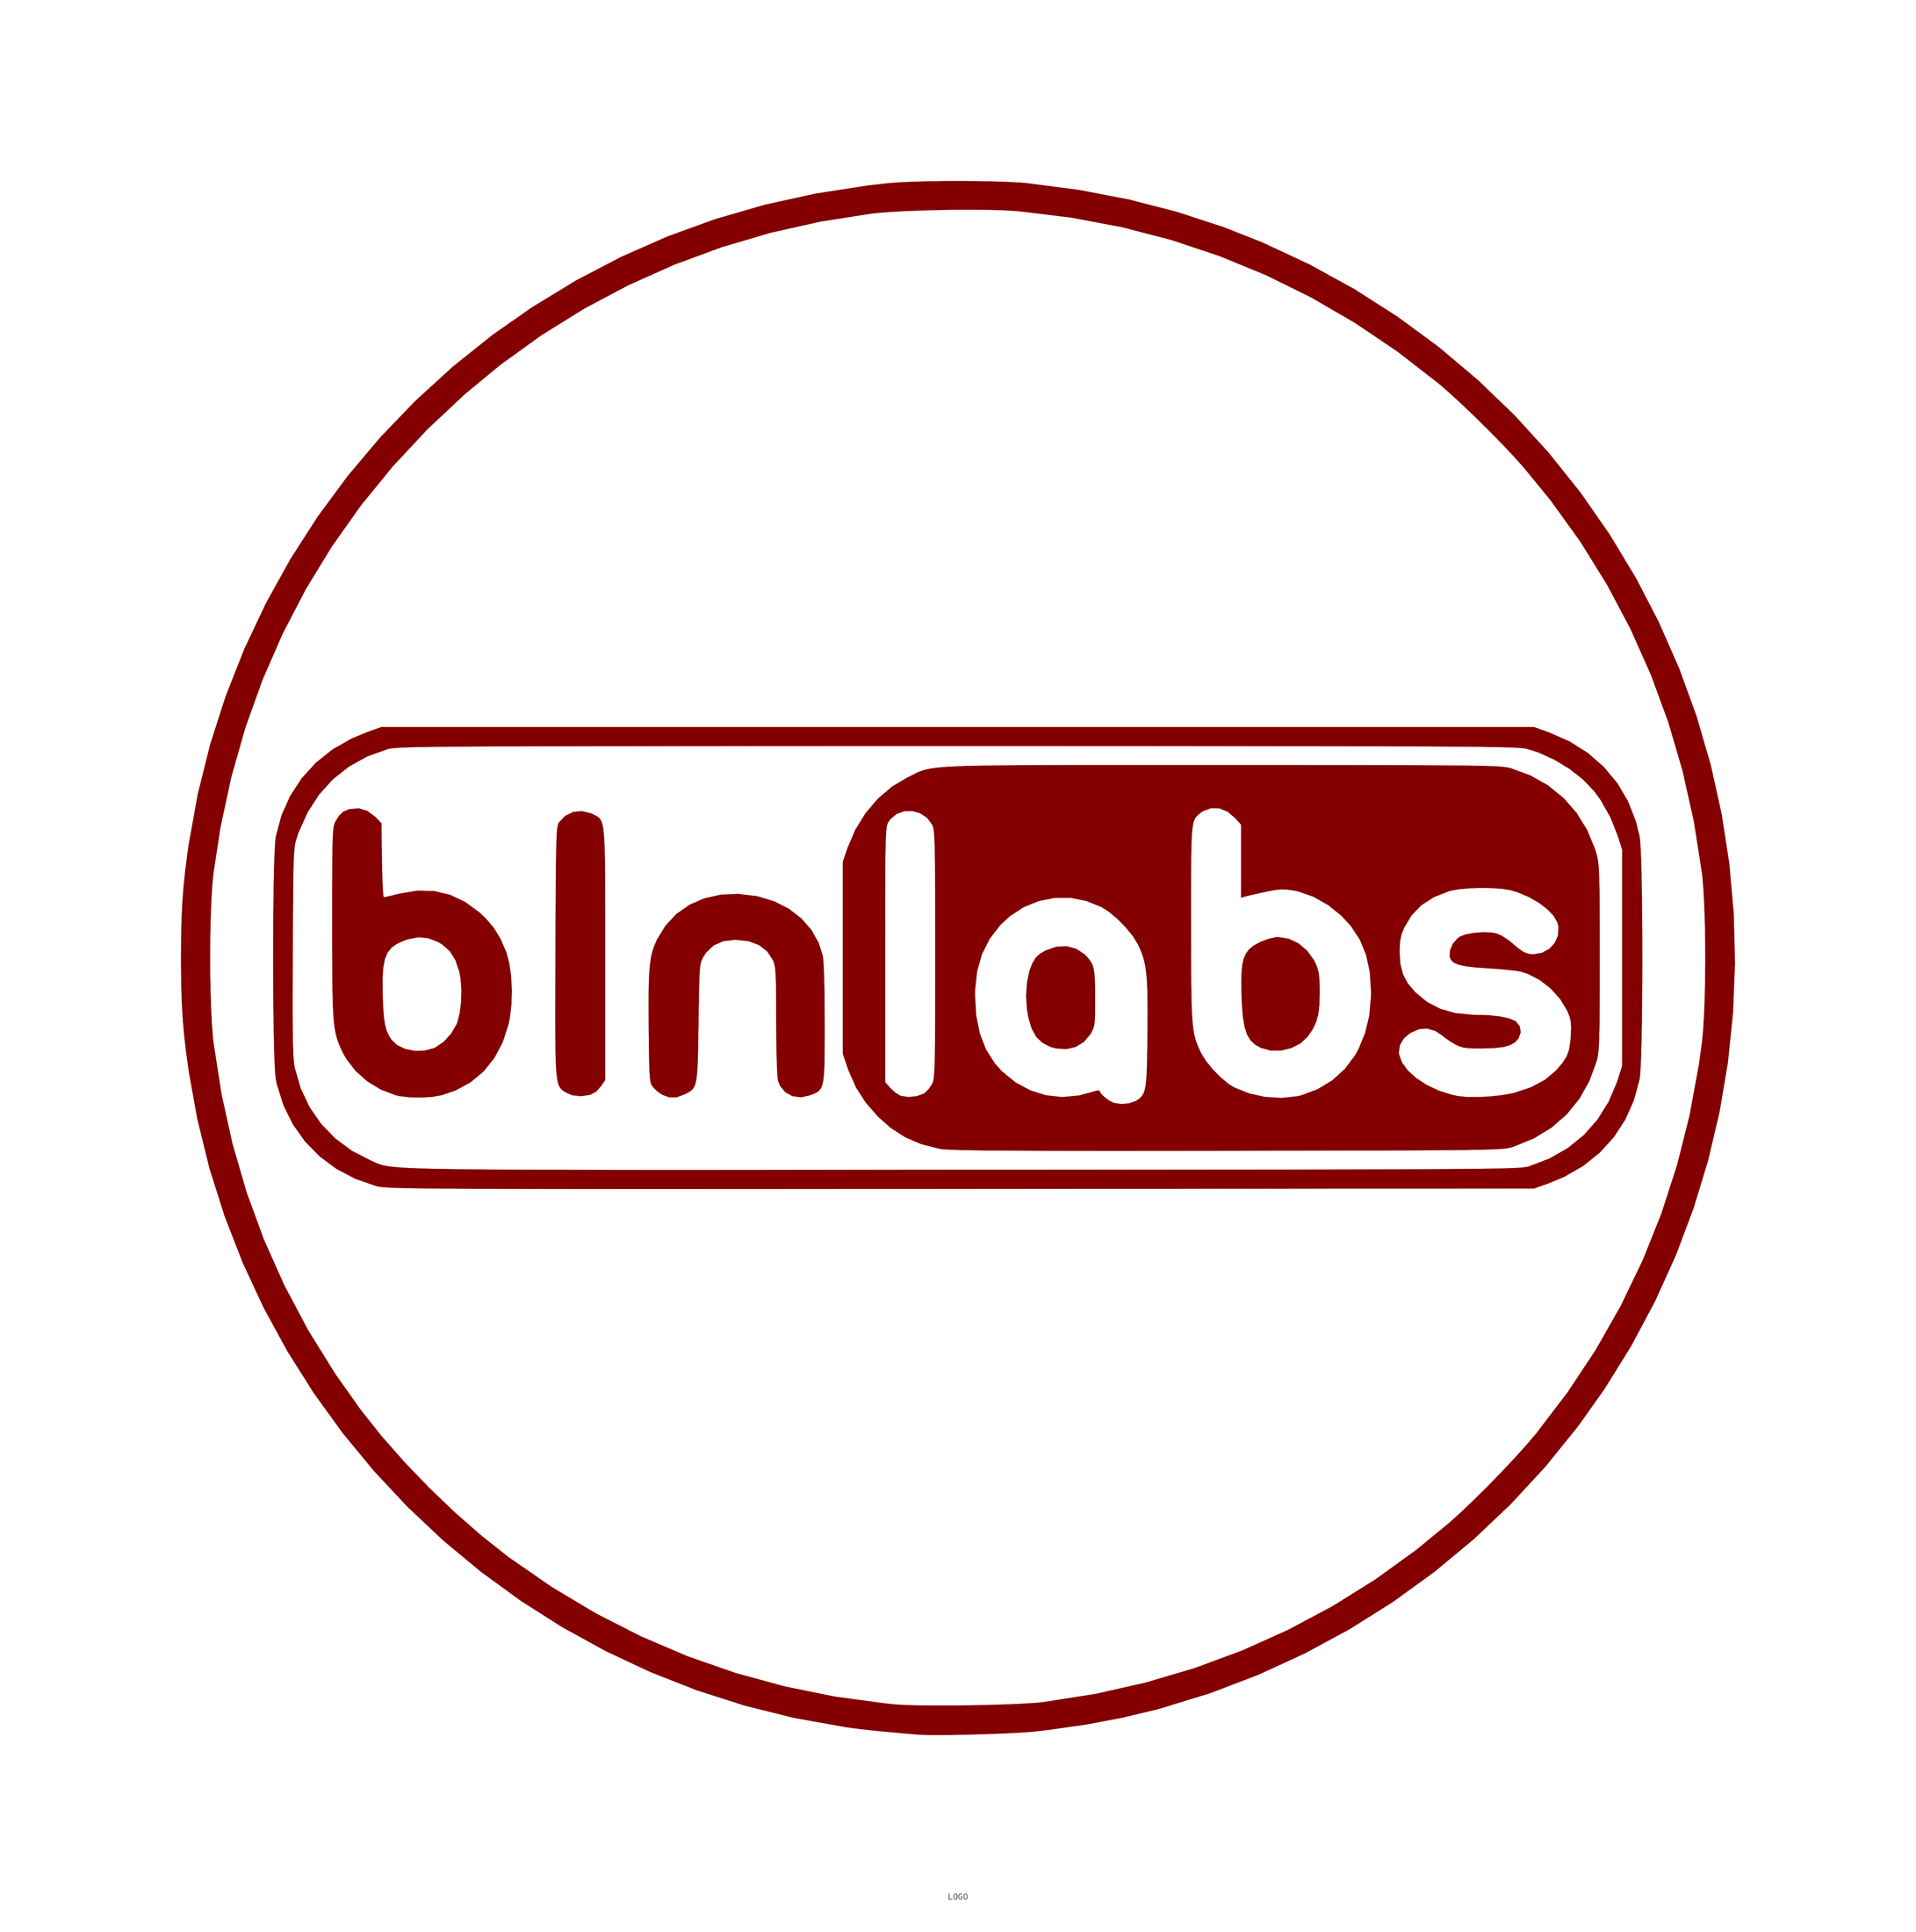
<source format=kicad_sym>
(kicad_symbol_lib
  (version 20210619)
  (generator bitmap2component)
  (symbol "LOGO"
    (pin_names
      (offset 1.016))
    (property "Reference" "#G"
      (at 0 134.471 0)
      (effects (font (size 1.27 1.27)) hide))
    (symbol "LOGO_0_0"
      (polyline (pts (xy -1.202 -121.494) (xy 0.892 -121.458) (xy 3.088 -121.404) (xy 5.289 -121.333) (xy 7.396 -121.249) (xy 9.309 -121.154) (xy 10.93 -121.051) (xy 12.16 -120.943) (xy 14.149 -120.712) (xy 20.106 -119.86) (xy 25.708 -118.803) (xy 31.075 -117.518) (xy 31.742 -117.339) (xy 39.461 -114.963) (xy 46.973 -112.097) (xy 54.256 -108.755) (xy 61.288 -104.951) (xy 68.047 -100.701) (xy 74.511 -96.018) (xy 80.658 -90.918) (xy 86.467 -85.416) (xy 91.915 -79.525) (xy 96.981 -73.262) (xy 101.115 -67.44) (xy 105.321 -60.66) (xy 109.049 -53.669) (xy 112.296 -46.491) (xy 115.059 -39.15) (xy 117.336 -31.672) (xy 119.124 -24.081) (xy 120.421 -16.402) (xy 121.225 -8.66) (xy 121.533 -0.881) (xy 121.342 6.912) (xy 120.65 14.694) (xy 119.454 22.439) (xy 117.753 30.122) (xy 115.543 37.719) (xy 112.822 45.206) (xy 109.588 52.556) (xy 106.126 59.234) (xy 101.975 66.127) (xy 97.4 72.704) (xy 92.416 78.945) (xy 87.044 84.835) (xy 81.3 90.356) (xy 75.203 95.492) (xy 68.77 100.224) (xy 62.019 104.536) (xy 54.968 108.411) (xy 47.634 111.832) (xy 41.587 114.22) (xy 34.261 116.615) (xy 26.713 118.555) (xy 18.907 120.047) (xy 10.809 121.101) (xy 9.659 121.195) (xy 7.735 121.296) (xy 5.465 121.37) (xy 2.96 121.415) (xy 0.331 121.432) (xy -2.312 121.422) (xy -4.858 121.383) (xy -7.197 121.317) (xy -9.217 121.223) (xy -10.809 121.101) (xy -14.015 120.739) (xy -22.204 119.469) (xy -30.143 117.724) (xy -37.843 115.499) (xy -45.32 112.79) (xy -52.584 109.593) (xy -59.651 105.902) (xy -66.532 101.713) (xy -72.665 97.429) (xy -78.907 92.445) (xy -84.783 87.085) (xy -90.279 81.371) (xy -95.38 75.325) (xy -100.072 68.97) (xy -104.34 62.329) (xy -108.17 55.424) (xy -111.547 48.278) (xy -114.457 40.914) (xy -116.886 33.354) (xy -118.818 25.621) (xy -120.24 17.738) (xy -120.433 16.379) (xy -120.783 13.669) (xy -121.047 11.144) (xy -121.235 8.66) (xy -121.358 6.071) (xy -121.424 3.232) (xy -121.44 0.604) (xy -116.898 0.604) (xy -116.872 3.589) (xy -116.806 6.448) (xy -116.702 9.079) (xy -116.559 11.377) (xy -116.377 13.24) (xy -115.278 20.41) (xy -113.571 28.32) (xy -111.378 36.007) (xy -108.704 43.459) (xy -105.556 50.667) (xy -101.938 57.619) (xy -97.857 64.304) (xy -93.318 70.712) (xy -88.327 76.832) (xy -82.889 82.653) (xy -77.011 88.165) (xy -71.426 92.767) (xy -65.058 97.35) (xy -58.405 101.482) (xy -51.485 105.154) (xy -44.317 108.358) (xy -36.918 111.087) (xy -29.305 113.332) (xy -21.497 115.086) (xy -13.511 116.342) (xy -12.558 116.445) (xy -10.581 116.601) (xy -8.241 116.731) (xy -5.649 116.833) (xy -2.915 116.906) (xy -0.152 116.948) (xy 2.529 116.955) (xy 5.019 116.927) (xy 7.204 116.861) (xy 8.975 116.755) (xy 9.749 116.689) (xy 17.806 115.709) (xy 25.683 114.22) (xy 33.374 112.227) (xy 40.868 109.731) (xy 48.159 106.738) (xy 55.238 103.249) (xy 62.096 99.268) (xy 68.726 94.799) (xy 75.119 89.845) (xy 75.414 89.599) (xy 77.088 88.134) (xy 78.993 86.379) (xy 81.026 84.433) (xy 83.087 82.396) (xy 85.075 80.368) (xy 86.887 78.45) (xy 88.424 76.74) (xy 92.695 71.527) (xy 97.32 65.107) (xy 101.478 58.419) (xy 105.164 51.475) (xy 108.375 44.282) (xy 111.106 36.853) (xy 113.352 29.196) (xy 115.11 21.322) (xy 116.375 13.24) (xy 116.447 12.598) (xy 116.615 10.55) (xy 116.743 8.106) (xy 116.833 5.37) (xy 116.884 2.445) (xy 116.896 -0.564) (xy 116.869 -3.554) (xy 116.804 -6.42) (xy 116.7 -9.06) (xy 116.556 -11.368) (xy 116.375 -13.241) (xy 115.914 -16.596) (xy 114.445 -24.613) (xy 112.484 -32.409) (xy 110.033 -39.979) (xy 107.093 -47.32) (xy 103.666 -54.43) (xy 99.753 -61.305) (xy 95.355 -67.943) (xy 90.473 -74.34) (xy 89.017 -76.056) (xy 87.148 -78.136) (xy 85.067 -80.353) (xy 82.88 -82.6) (xy 80.694 -84.767) (xy 78.612 -86.747) (xy 76.74 -88.431) (xy 71.731 -92.54) (xy 65.311 -97.181) (xy 58.622 -101.357) (xy 51.676 -105.062) (xy 44.484 -108.292) (xy 37.06 -111.04) (xy 29.415 -113.302) (xy 21.561 -115.073) (xy 13.511 -116.346) (xy 13.323 -116.369) (xy 11.908 -116.495) (xy 10.065 -116.608) (xy 7.89 -116.704) (xy 5.481 -116.782) (xy 2.933 -116.842) (xy 0.343 -116.88) (xy -2.192 -116.897) (xy -4.577 -116.89) (xy -6.715 -116.858) (xy -8.509 -116.799) (xy -9.863 -116.712) (xy -11.174 -116.584) (xy -19.224 -115.496) (xy -27.086 -113.901) (xy -34.755 -111.802) (xy -42.23 -109.199) (xy -49.506 -106.093) (xy -56.582 -102.486) (xy -63.455 -98.379) (xy -70.12 -93.772) (xy -70.343 -93.606) (xy -74.417 -90.385) (xy -78.547 -86.772) (xy -82.62 -82.88) (xy -86.521 -78.822) (xy -90.137 -74.711) (xy -93.355 -70.661) (xy -97.386 -64.958) (xy -101.583 -58.189) (xy -105.277 -51.235) (xy -108.472 -44.084) (xy -111.174 -36.721) (xy -113.388 -29.135) (xy -115.12 -21.312) (xy -116.373 -13.241) (xy -116.448 -12.573) (xy -116.616 -10.515) (xy -116.745 -8.065) (xy -116.835 -5.326) (xy -116.886 -2.402) (xy -116.898 0.604) (xy -121.44 0.604) (xy -121.444 0) (xy -121.44 -1.471) (xy -121.401 -4.53) (xy -121.31 -7.256) (xy -121.159 -9.793) (xy -120.937 -12.283) (xy -120.634 -14.871) (xy -120.241 -17.699) (xy -118.898 -25.196) (xy -117.001 -32.904) (xy -114.625 -40.41) (xy -111.787 -47.695) (xy -108.506 -54.743) (xy -104.798 -61.536) (xy -100.68 -68.058) (xy -96.17 -74.29) (xy -91.285 -80.216) (xy -86.043 -85.818) (xy -80.459 -91.079) (xy -74.553 -95.982) (xy -68.34 -100.509) (xy -61.839 -104.644) (xy -55.067 -108.368) (xy -48.04 -111.666) (xy -40.777 -114.518) (xy -33.294 -116.909) (xy -25.608 -118.82) (xy -17.738 -120.235) (xy -17.369 -120.289) (xy -16.181 -120.454) (xy -15.013 -120.602) (xy -13.773 -120.744) (xy -12.365 -120.889) (xy -10.699 -121.046) (xy -8.68 -121.226) (xy -6.215 -121.438) (xy -5.87 -121.461) (xy -4.681 -121.498) (xy -3.092 -121.508) (xy -1.202 -121.494)) (stroke (width 0.01)) (fill (type outline)))
      (polyline (pts (xy -41.547 -36.147) (xy -35.724 -36.145) (xy -29.447 -36.143) (xy -22.699 -36.14) (xy -15.464 -36.136) (xy -7.723 -36.132) (xy 0.54 -36.127) (xy 90.116 -36.073) (xy 92.475 -35.229) (xy 94.813 -34.255) (xy 97.775 -32.555) (xy 100.371 -30.48) (xy 102.578 -28.058) (xy 104.371 -25.316) (xy 105.726 -22.283) (xy 106.62 -18.987) (xy 106.708 -18.243) (xy 106.786 -17.015) (xy 106.853 -15.367) (xy 106.911 -13.359) (xy 106.958 -11.049) (xy 106.994 -8.5) (xy 107.02 -5.77) (xy 107.036 -2.92) (xy 107.041 -0.009) (xy 107.036 2.901) (xy 107.02 5.752) (xy 106.995 8.483) (xy 106.958 11.034) (xy 106.911 13.345) (xy 106.854 15.355) (xy 106.786 17.006) (xy 106.708 18.236) (xy 106.62 18.986) (xy 106.026 21.379) (xy 104.799 24.489) (xy 103.127 27.315) (xy 101.034 29.83) (xy 98.545 32.006) (xy 95.684 33.815) (xy 92.475 35.229) (xy 90.116 36.073) (xy -90.116 36.073) (xy -92.475 35.229) (xy -94.813 34.255) (xy -97.775 32.555) (xy -100.371 30.48) (xy -102.578 28.058) (xy -104.371 25.316) (xy -105.726 22.283) (xy -106.62 18.986) (xy -106.707 18.243) (xy -106.786 17.015) (xy -106.853 15.367) (xy -106.911 13.358) (xy -106.958 11.049) (xy -106.994 8.5) (xy -107.02 5.77) (xy -107.036 2.92) (xy -107.041 0.009) (xy -107.036 -2.901) (xy -107.02 -5.752) (xy -106.998 -8.13) (xy -103.998 -8.13) (xy -103.997 -5.583) (xy -103.988 -2.582) (xy -103.972 0.917) (xy -103.965 2.371) (xy -103.948 5.527) (xy -103.931 8.206) (xy -103.913 10.453) (xy -103.891 12.312) (xy -103.865 13.83) (xy -103.831 15.051) (xy -103.789 16.019) (xy -103.736 16.78) (xy -103.671 17.379) (xy -103.592 17.861) (xy -103.498 18.27) (xy -103.385 18.651) (xy -103.254 19.05) (xy -103.047 19.641) (xy -101.644 22.763) (xy -99.85 25.529) (xy -97.684 27.917) (xy -95.166 29.907) (xy -92.319 31.481) (xy -89.162 32.619) (xy -89.066 32.644) (xy -88.866 32.687) (xy -88.621 32.728) (xy -88.312 32.766) (xy -87.921 32.801) (xy -87.43 32.834) (xy -86.823 32.864) (xy -86.081 32.892) (xy -85.187 32.917) (xy -84.123 32.941) (xy -82.872 32.962) (xy -81.415 32.982) (xy -79.736 32.999) (xy -77.816 33.015) (xy -75.638 33.029) (xy -73.185 33.041) (xy -70.438 33.052) (xy -67.38 33.062) (xy -63.993 33.07) (xy -60.26 33.077) (xy -56.163 33.083) (xy -51.684 33.088) (xy -46.807 33.092) (xy -41.512 33.095) (xy -35.782 33.097) (xy -29.601 33.099) (xy -22.95 33.1) (xy -15.811 33.101) (xy -8.167 33.101) (xy 0 33.101) (xy 3.073 33.101) (xy 11.048 33.101) (xy 18.508 33.1) (xy 25.468 33.099) (xy 31.948 33.098) (xy 37.964 33.096) (xy 43.534 33.093) (xy 48.676 33.09) (xy 53.408 33.086) (xy 57.747 33.08) (xy 61.71 33.074) (xy 65.316 33.066) (xy 68.582 33.057) (xy 71.526 33.047) (xy 74.165 33.036) (xy 76.516 33.023) (xy 78.599 33.008) (xy 80.429 32.991) (xy 82.025 32.973) (xy 83.405 32.953) (xy 84.586 32.931) (xy 85.585 32.907) (xy 86.421 32.88) (xy 87.111 32.851) (xy 87.672 32.82) (xy 88.123 32.786) (xy 88.481 32.75) (xy 88.762 32.712) (xy 88.987 32.67) (xy 89.17 32.625) (xy 90.804 32.095) (xy 93.315 30.958) (xy 95.698 29.509) (xy 97.817 27.837) (xy 99.535 26.027) (xy 100.545 24.635) (xy 102.099 21.879) (xy 103.264 18.915) (xy 103.897 16.888) (xy 103.897 -16.888) (xy 103.263 -18.905) (xy 103.097 -19.417) (xy 101.772 -22.531) (xy 100.033 -25.303) (xy 97.899 -27.715) (xy 95.388 -29.749) (xy 92.517 -31.388) (xy 89.305 -32.614) (xy 89.21 -32.641) (xy 89.023 -32.685) (xy 88.79 -32.726) (xy 88.494 -32.764) (xy 88.117 -32.8) (xy 87.641 -32.833) (xy 87.049 -32.864) (xy 86.323 -32.892) (xy 85.445 -32.919) (xy 84.398 -32.943) (xy 83.163 -32.965) (xy 81.725 -32.985) (xy 80.063 -33.003) (xy 78.162 -33.02) (xy 76.003 -33.035) (xy 73.568 -33.049) (xy 70.841 -33.061) (xy 67.802 -33.072) (xy 64.436 -33.082) (xy 60.723 -33.091) (xy 56.647 -33.099) (xy 52.189 -33.106) (xy 47.332 -33.112) (xy 42.058 -33.118) (xy 36.35 -33.123) (xy 30.19 -33.127) (xy 23.56 -33.132) (xy 16.443 -33.136) (xy 8.821 -33.14) (xy 0.676 -33.145) (xy -2.498 -33.146) (xy -10.525 -33.151) (xy -18.036 -33.155) (xy -25.049 -33.158) (xy -31.581 -33.161) (xy -37.651 -33.163) (xy -43.276 -33.164) (xy -48.473 -33.164) (xy -53.261 -33.161) (xy -57.657 -33.156) (xy -61.68 -33.149) (xy -65.346 -33.14) (xy -68.673 -33.127) (xy -71.68 -33.111) (xy -74.384 -33.092) (xy -76.803 -33.069) (xy -78.954 -33.041) (xy -80.855 -33.01) (xy -82.525 -32.973) (xy -83.98 -32.932) (xy -85.239 -32.886) (xy -86.319 -32.834) (xy -87.237 -32.777) (xy -88.013 -32.713) (xy -88.663 -32.643) (xy -89.206 -32.567) (xy -89.658 -32.483) (xy -90.038 -32.393) (xy -90.364 -32.295) (xy -90.653 -32.189) (xy -90.922 -32.075) (xy -91.191 -31.954) (xy -91.476 -31.823) (xy -91.795 -31.684) (xy -94.722 -30.175) (xy -97.313 -28.26) (xy -99.529 -25.975) (xy -101.343 -23.355) (xy -102.728 -20.43) (xy -103.657 -17.235) (xy -103.724 -16.868) (xy -103.799 -16.292) (xy -103.86 -15.564) (xy -103.909 -14.64) (xy -103.947 -13.478) (xy -103.974 -12.035) (xy -103.991 -10.266) (xy -103.998 -8.13) (xy -106.998 -8.13) (xy -106.994 -8.483) (xy -106.958 -11.034) (xy -106.911 -13.345) (xy -106.854 -15.355) (xy -106.786 -17.006) (xy -106.708 -18.236) (xy -106.62 -18.987) (xy -106.428 -19.888) (xy -105.409 -23.108) (xy -103.938 -26.063) (xy -102.047 -28.721) (xy -99.768 -31.046) (xy -97.133 -33.004) (xy -94.175 -34.561) (xy -90.927 -35.682) (xy -90.863 -35.699) (xy -90.668 -35.744) (xy -90.439 -35.786) (xy -90.159 -35.825) (xy -89.81 -35.861) (xy -89.376 -35.895) (xy -88.838 -35.926) (xy -88.179 -35.955) (xy -87.382 -35.982) (xy -86.429 -36.006) (xy -85.303 -36.028) (xy -83.986 -36.047) (xy -82.461 -36.065) (xy -80.71 -36.08) (xy -78.715 -36.094) (xy -76.46 -36.106) (xy -73.927 -36.116) (xy -71.098 -36.125) (xy -67.956 -36.132) (xy -64.483 -36.138) (xy -60.662 -36.142) (xy -56.476 -36.145) (xy -51.906 -36.147) (xy -46.936 -36.147) (xy -41.547 -36.147)) (stroke (width 0.01)) (fill (type outline)))
      (polyline (pts (xy 30.841 -30.178) (xy 36.171 -30.174) (xy 42.018 -30.167) (xy 45.236 -30.163) (xy 50.599 -30.155) (xy 55.461 -30.148) (xy 59.848 -30.14) (xy 63.786 -30.131) (xy 67.301 -30.121) (xy 70.417 -30.109) (xy 73.161 -30.096) (xy 75.558 -30.081) (xy 77.633 -30.063) (xy 79.413 -30.043) (xy 80.924 -30.02) (xy 82.19 -29.993) (xy 83.237 -29.963) (xy 84.091 -29.929) (xy 84.777 -29.89) (xy 85.322 -29.847) (xy 85.75 -29.8) (xy 86.088 -29.747) (xy 86.36 -29.688) (xy 86.594 -29.624) (xy 87.079 -29.471) (xy 90.147 -28.204) (xy 92.869 -26.532) (xy 95.226 -24.476) (xy 97.195 -22.056) (xy 98.757 -19.295) (xy 99.889 -16.213) (xy 99.939 -16.031) (xy 100.041 -15.595) (xy 100.126 -15.099) (xy 100.195 -14.495) (xy 100.252 -13.735) (xy 100.296 -12.77) (xy 100.329 -11.552) (xy 100.353 -10.035) (xy 100.368 -8.169) (xy 100.378 -5.906) (xy 100.383 -3.199) (xy 100.384 0) (xy 100.384 1.45) (xy 100.381 4.43) (xy 100.375 6.938) (xy 100.362 9.023) (xy 100.343 10.732) (xy 100.316 12.114) (xy 100.278 13.216) (xy 100.229 14.086) (xy 100.167 14.773) (xy 100.091 15.325) (xy 99.999 15.788) (xy 99.889 16.213) (xy 99.668 16.948) (xy 98.433 19.956) (xy 96.775 22.644) (xy 94.722 24.984) (xy 92.3 26.948) (xy 89.54 28.508) (xy 86.468 29.636) (xy 86.272 29.688) (xy 85.997 29.747) (xy 85.668 29.802) (xy 85.257 29.85) (xy 84.741 29.894) (xy 84.094 29.933) (xy 83.288 29.967) (xy 82.301 29.997) (xy 81.105 30.023) (xy 79.675 30.046) (xy 77.986 30.065) (xy 76.012 30.081) (xy 73.727 30.094) (xy 71.106 30.104) (xy 68.124 30.112) (xy 64.755 30.119) (xy 60.973 30.123) (xy 56.753 30.126) (xy 52.069 30.128) (xy 46.896 30.128) (xy 41.208 30.129) (xy 39.552 30.129) (xy 33.92 30.13) (xy 28.795 30.131) (xy 24.151 30.132) (xy 19.963 30.131) (xy 16.205 30.127) (xy 12.85 30.119) (xy 9.872 30.106) (xy 7.247 30.087) (xy 4.947 30.061) (xy 2.947 30.026) (xy 1.22 29.982) (xy -0.258 29.927) (xy -1.514 29.861) (xy -2.574 29.783) (xy -3.464 29.69) (xy -4.21 29.583) (xy -4.838 29.459) (xy -5.373 29.319) (xy -5.842 29.161) (xy -6.27 28.983) (xy -6.684 28.785) (xy -7.109 28.566) (xy -7.572 28.324) (xy -8.097 28.059) (xy -10.274 26.754) (xy -12.481 24.876) (xy -14.412 22.608) (xy -16.014 20.014) (xy -17.233 17.159) (xy -17.969 14.997) (xy -17.969 -14.997) (xy -17.233 -17.159) (xy -17.065 -17.635) (xy -16.268 -19.436) (xy -11.349 -19.436) (xy -11.348 0.482) (xy -11.348 1.952) (xy -11.347 5.519) (xy -11.344 8.598) (xy -11.338 11.226) (xy -11.329 13.442) (xy -11.315 15.284) (xy -11.296 16.789) (xy -11.269 17.995) (xy -11.236 18.941) (xy -11.193 19.664) (xy -11.141 20.202) (xy -11.079 20.593) (xy -11.005 20.876) (xy -10.919 21.087) (xy -10.819 21.266) (xy -10.505 21.703) (xy -9.523 22.505) (xy -8.344 22.915) (xy -7.085 22.942) (xy -5.861 22.594) (xy -4.789 21.877) (xy -3.986 20.801) (xy -3.943 20.709) (xy -3.858 20.475) (xy -3.785 20.162) (xy -3.723 19.733) (xy -3.671 19.148) (xy -3.628 18.369) (xy -3.594 17.358) (xy -3.567 16.076) (xy -3.547 14.485) (xy -3.533 12.546) (xy -3.523 10.22) (xy -3.517 7.47) (xy -3.514 4.256) (xy -3.514 0.54) (xy -3.514 -1.252) (xy -3.515 -4.729) (xy -3.517 -5.864) (xy 2.702 -5.864) (xy 2.717 -5.035) (xy 3.04 -2.076) (xy 3.798 0.582) (xy 5.001 2.971) (xy 6.66 5.12) (xy 8.15 6.506) (xy 10.313 7.918) (xy 12.662 8.875) (xy 15.129 9.363) (xy 17.644 9.371) (xy 20.138 8.887) (xy 22.543 7.898) (xy 22.671 7.815) (xy 36.482 7.815) (xy 36.483 10.804) (xy 36.489 13.326) (xy 36.504 15.426) (xy 36.532 17.145) (xy 36.577 18.529) (xy 36.643 19.619) (xy 36.732 20.459) (xy 36.849 21.092) (xy 36.999 21.562) (xy 37.183 21.911) (xy 37.407 22.182) (xy 37.674 22.42) (xy 37.987 22.667) (xy 38.359 22.927) (xy 39.596 23.396) (xy 40.895 23.369) (xy 42.173 22.857) (xy 43.351 21.871) (xy 44.315 20.805) (xy 44.315 9.394) (xy 44.923 9.575) (xy 45.134 9.632) (xy 45.87 9.809) (xy 46.903 10.043) (xy 48.081 10.298) (xy 48.599 10.406) (xy 49.759 10.615) (xy 50.664 10.698) (xy 51.509 10.665) (xy 52.491 10.527) (xy 53.288 10.362) (xy 55.62 9.543) (xy 57.889 8.265) (xy 59.986 6.583) (xy 61.449 5.007) (xy 62.867 2.861) (xy 63.857 0.464) (xy 64.438 -2.23) (xy 64.629 -5.269) (xy 64.616 -6.163) (xy 64.351 -9.066) (xy 63.721 -11.707) (xy 62.699 -14.219) (xy 62.37 -14.817) (xy 68.97 -14.817) (xy 69.139 -13.64) (xy 69.77 -12.584) (xy 70.802 -11.725) (xy 72.171 -11.143) (xy 72.199 -11.136) (xy 73.447 -11.067) (xy 74.732 -11.452) (xy 75.893 -12.244) (xy 76.132 -12.449) (xy 76.935 -13.023) (xy 77.821 -13.549) (xy 77.849 -13.563) (xy 78.441 -13.84) (xy 79.031 -14.02) (xy 79.754 -14.121) (xy 80.747 -14.163) (xy 82.145 -14.165) (xy 83.8 -14.117) (xy 85.267 -13.958) (xy 86.35 -13.668) (xy 87.128 -13.225) (xy 87.683 -12.605) (xy 87.705 -12.571) (xy 88.029 -11.626) (xy 87.879 -10.702) (xy 87.277 -9.954) (xy 87.17 -9.88) (xy 86.222 -9.481) (xy 84.833 -9.178) (xy 83.083 -8.986) (xy 81.053 -8.919) (xy 80.456 -8.91) (xy 77.791 -8.643) (xy 75.459 -7.984) (xy 73.406 -6.915) (xy 71.582 -5.417) (xy 71.531 -5.365) (xy 70.365 -3.984) (xy 69.604 -2.535) (xy 69.195 -0.88) (xy 69.086 1.117) (xy 69.086 1.157) (xy 69.16 2.514) (xy 69.378 3.602) (xy 69.792 4.677) (xy 69.792 4.678) (xy 70.961 6.634) (xy 72.52 8.237) (xy 74.486 9.498) (xy 76.876 10.432) (xy 77.026 10.474) (xy 78.316 10.712) (xy 79.945 10.864) (xy 81.745 10.928) (xy 83.545 10.9) (xy 85.176 10.78) (xy 86.468 10.563) (xy 87.529 10.248) (xy 89.246 9.531) (xy 90.829 8.628) (xy 92.178 7.609) (xy 93.194 6.544) (xy 93.777 5.5) (xy 93.933 4.827) (xy 93.874 3.525) (xy 93.379 2.355) (xy 92.517 1.407) (xy 91.358 0.772) (xy 89.972 0.54) (xy 89.93 0.541) (xy 89.202 0.624) (xy 88.497 0.904) (xy 87.687 1.452) (xy 86.646 2.335) (xy 86.054 2.812) (xy 85.073 3.439) (xy 84.214 3.811) (xy 83.403 3.952) (xy 82.098 3.998) (xy 80.719 3.895) (xy 79.467 3.662) (xy 78.546 3.317) (xy 78.159 3.046) (xy 77.42 2.191) (xy 76.978 1.169) (xy 76.931 0.173) (xy 76.936 0.145) (xy 77.156 -0.372) (xy 77.607 -0.777) (xy 78.351 -1.088) (xy 79.449 -1.325) (xy 80.963 -1.505) (xy 82.955 -1.648) (xy 83.369 -1.673) (xy 84.874 -1.784) (xy 86.252 -1.912) (xy 87.366 -2.045) (xy 88.079 -2.168) (xy 89.123 -2.498) (xy 91.002 -3.466) (xy 92.736 -4.817) (xy 94.208 -6.451) (xy 95.296 -8.267) (xy 95.417 -8.535) (xy 95.714 -9.306) (xy 95.87 -10.03) (xy 95.912 -10.903) (xy 95.871 -12.118) (xy 95.812 -13.003) (xy 95.607 -14.339) (xy 95.213 -15.431) (xy 94.55 -16.466) (xy 93.537 -17.634) (xy 91.84 -19.067) (xy 89.674 -20.228) (xy 87.047 -21.108) (xy 86.667 -21.199) (xy 85.03 -21.486) (xy 83.179 -21.681) (xy 81.298 -21.774) (xy 79.572 -21.753) (xy 78.185 -21.61) (xy 77.282 -21.419) (xy 75.235 -20.771) (xy 73.356 -19.889) (xy 71.718 -18.826) (xy 70.396 -17.634) (xy 69.466 -16.366) (xy 69 -15.076) (xy 68.97 -14.817) (xy 62.37 -14.817) (xy 62.128 -15.258) (xy 60.532 -17.381) (xy 58.558 -19.164) (xy 56.272 -20.552) (xy 53.737 -21.495) (xy 53.045 -21.655) (xy 50.606 -21.909) (xy 48.053 -21.751) (xy 45.544 -21.2) (xy 43.239 -20.274) (xy 42.325 -19.698) (xy 41.061 -18.644) (xy 39.824 -17.377) (xy 38.759 -16.049) (xy 38.015 -14.814) (xy 37.903 -14.575) (xy 37.607 -13.921) (xy 37.356 -13.293) (xy 37.146 -12.646) (xy 36.972 -11.93) (xy 36.832 -11.1) (xy 36.722 -10.108) (xy 36.638 -8.906) (xy 36.576 -7.448) (xy 36.534 -5.685) (xy 36.507 -3.571) (xy 36.492 -1.059) (xy 36.485 1.899) (xy 36.483 5.35) (xy 36.482 7.815) (xy 22.671 7.815) (xy 23.634 7.194) (xy 24.988 6.059) (xy 26.295 4.728) (xy 27.412 3.35) (xy 28.194 2.072) (xy 28.275 1.901) (xy 28.674 0.995) (xy 28.994 0.095) (xy 29.244 -0.866) (xy 29.431 -1.957) (xy 29.562 -3.246) (xy 29.644 -4.801) (xy 29.685 -6.692) (xy 29.692 -8.985) (xy 29.673 -11.751) (xy 29.65 -13.838) (xy 29.615 -15.969) (xy 29.564 -17.666) (xy 29.488 -18.987) (xy 29.377 -19.991) (xy 29.222 -20.738) (xy 29.014 -21.284) (xy 28.742 -21.69) (xy 28.398 -22.014) (xy 27.972 -22.314) (xy 27.873 -22.375) (xy 26.837 -22.747) (xy 25.601 -22.861) (xy 24.426 -22.689) (xy 24.26 -22.629) (xy 23.58 -22.253) (xy 22.896 -21.731) (xy 22.369 -21.196) (xy 22.157 -20.784) (xy 22.024 -20.738) (xy 21.509 -20.823) (xy 20.739 -21.052) (xy 18.925 -21.537) (xy 16.346 -21.771) (xy 13.795 -21.494) (xy 11.332 -20.721) (xy 9.017 -19.464) (xy 6.907 -17.739) (xy 5.808 -16.511) (xy 4.438 -14.357) (xy 3.469 -11.878) (xy 2.893 -9.054) (xy 2.702 -5.864) (xy -3.517 -5.864) (xy -3.519 -7.723) (xy -3.527 -10.27) (xy -3.539 -12.411) (xy -3.556 -14.183) (xy -3.579 -15.625) (xy -3.609 -16.775) (xy -3.647 -17.672) (xy -3.693 -18.354) (xy -3.75 -18.86) (xy -3.817 -19.229) (xy -3.895 -19.498) (xy -3.986 -19.706) (xy -4.024 -19.778) (xy -4.547 -20.538) (xy -5.134 -21.117) (xy -5.355 -21.257) (xy -6.421 -21.637) (xy -7.662 -21.764) (xy -8.822 -21.604) (xy -9.05 -21.514) (xy -9.806 -21.039) (xy -10.511 -20.391) (xy -11.349 -19.436) (xy -16.268 -19.436) (xy -15.894 -20.282) (xy -14.382 -22.637) (xy -12.43 -24.86) (xy -10.478 -26.589) (xy -8.207 -28.057) (xy -5.697 -29.129) (xy -2.837 -29.862) (xy -2.818 -29.866) (xy -2.463 -29.914) (xy -1.938 -29.958) (xy -1.22 -29.997) (xy -0.287 -30.032) (xy 0.885 -30.063) (xy 2.319 -30.09) (xy 4.038 -30.113) (xy 6.065 -30.133) (xy 8.424 -30.148) (xy 11.138 -30.161) (xy 14.23 -30.17) (xy 17.723 -30.176) (xy 21.64 -30.179) (xy 26.005 -30.18) (xy 30.841 -30.178)) (stroke (width 0.01)) (fill (type outline)))
      (polyline (pts (xy -82.166 -21.737) (xy -80.713 -21.485) (xy -78.555 -20.754) (xy -76.175 -19.463) (xy -74.135 -17.762) (xy -72.454 -15.668) (xy -71.146 -13.198) (xy -70.228 -10.369) (xy -70.046 -9.478) (xy -69.791 -7.363) (xy -69.722 -5.11) (xy -69.834 -2.883) (xy -70.121 -0.844) (xy -70.579 0.843) (xy -70.612 0.93) (xy -71.515 3.005) (xy -72.551 4.702) (xy -73.813 6.178) (xy -74.816 7.117) (xy -77.05 8.748) (xy -79.405 9.852) (xy -81.887 10.432) (xy -84.507 10.492) (xy -87.271 10.032) (xy -87.695 9.926) (xy -88.68 9.686) (xy -89.409 9.52) (xy -89.747 9.457) (xy -89.771 9.496) (xy -89.835 9.938) (xy -89.897 10.813) (xy -89.954 12.043) (xy -90 13.549) (xy -90.034 15.253) (xy -90.116 21.048) (xy -91.052 22.013) (xy -91.087 22.049) (xy -92.312 22.961) (xy -93.658 23.367) (xy -95.072 23.25) (xy -95.222 23.207) (xy -96.094 22.823) (xy -96.762 22.186) (xy -97.379 21.157) (xy -97.401 21.111) (xy -97.494 20.858) (xy -97.572 20.503) (xy -97.636 20.003) (xy -97.688 19.312) (xy -97.73 18.388) (xy -97.761 17.187) (xy -97.783 15.664) (xy -97.799 13.777) (xy -97.808 11.48) (xy -97.812 8.731) (xy -97.812 5.485) (xy -97.812 4.855) (xy -97.809 1.496) (xy -97.799 -1.379) (xy -97.784 -3.26) (xy -89.934 -3.26) (xy -89.825 -1.541) (xy -89.571 -0.205) (xy -89.146 0.818) (xy -88.524 1.595) (xy -87.678 2.195) (xy -86.582 2.687) (xy -85.95 2.903) (xy -84.336 3.212) (xy -82.841 3.08) (xy -81.317 2.499) (xy -80.59 2.077) (xy -79.416 1.033) (xy -78.549 -0.352) (xy -77.928 -2.162) (xy -77.732 -3.227) (xy -77.607 -4.976) (xy -77.652 -6.833) (xy -77.857 -8.589) (xy -78.216 -10.034) (xy -78.362 -10.403) (xy -79.216 -11.87) (xy -80.374 -13.134) (xy -81.69 -14.027) (xy -81.984 -14.158) (xy -83.424 -14.526) (xy -84.94 -14.55) (xy -86.392 -14.253) (xy -87.641 -13.661) (xy -88.548 -12.799) (xy -88.938 -12.178) (xy -89.288 -11.41) (xy -89.54 -10.503) (xy -89.715 -9.357) (xy -89.832 -7.87) (xy -89.911 -5.945) (xy -89.925 -5.429) (xy -89.934 -3.26) (xy -97.784 -3.26) (xy -97.78 -3.818) (xy -97.746 -5.868) (xy -97.695 -7.578) (xy -97.622 -8.995) (xy -97.524 -10.168) (xy -97.396 -11.144) (xy -97.235 -11.972) (xy -97.037 -12.698) (xy -96.798 -13.373) (xy -96.515 -14.042) (xy -96.182 -14.754) (xy -95.642 -15.745) (xy -94.183 -17.649) (xy -92.344 -19.291) (xy -90.22 -20.594) (xy -87.903 -21.482) (xy -87.238 -21.628) (xy -85.654 -21.808) (xy -83.888 -21.845) (xy -82.166 -21.737)) (stroke (width 0.01)) (fill (type outline)))
      (polyline (pts (xy -42.687 -21.343) (xy -42.275 -21.131) (xy -41.837 -20.874) (xy -41.486 -20.578) (xy -41.211 -20.188) (xy -41.003 -19.649) (xy -40.849 -18.904) (xy -40.74 -17.898) (xy -40.664 -16.575) (xy -40.612 -14.88) (xy -40.571 -12.755) (xy -40.532 -10.146) (xy -40.528 -9.879) (xy -40.492 -7.458) (xy -40.458 -5.511) (xy -40.422 -3.979) (xy -40.38 -2.8) (xy -40.326 -1.913) (xy -40.257 -1.26) (xy -40.166 -0.78) (xy -40.051 -0.412) (xy -39.905 -0.095) (xy -39.724 0.229) (xy -39.309 0.856) (xy -38.154 1.941) (xy -36.678 2.593) (xy -34.879 2.814) (xy -34.736 2.814) (xy -32.715 2.6) (xy -31.065 1.994) (xy -29.787 0.996) (xy -28.88 -0.394) (xy -28.798 -0.587) (xy -28.674 -0.967) (xy -28.577 -1.442) (xy -28.503 -2.077) (xy -28.451 -2.934) (xy -28.415 -4.078) (xy -28.393 -5.572) (xy -28.381 -7.479) (xy -28.377 -9.863) (xy -28.375 -10.58) (xy -28.36 -12.698) (xy -28.329 -14.642) (xy -28.286 -16.336) (xy -28.232 -17.71) (xy -28.17 -18.689) (xy -28.102 -19.201) (xy -27.763 -20.036) (xy -26.941 -21.028) (xy -25.831 -21.629) (xy -24.523 -21.799) (xy -23.104 -21.497) (xy -22.582 -21.295) (xy -22.093 -21.07) (xy -21.703 -20.796) (xy -21.401 -20.42) (xy -21.176 -19.886) (xy -21.016 -19.139) (xy -20.911 -18.126) (xy -20.848 -16.79) (xy -20.817 -15.079) (xy -20.807 -12.936) (xy -20.806 -10.307) (xy -20.815 -7.757) (xy -20.841 -5.323) (xy -20.885 -3.254) (xy -20.944 -1.594) (xy -21.018 -0.387) (xy -21.106 0.324) (xy -21.73 2.31) (xy -22.879 4.362) (xy -24.451 6.16) (xy -26.398 7.659) (xy -28.675 8.818) (xy -31.233 9.593) (xy -31.496 9.647) (xy -34.368 9.987) (xy -37.093 9.862) (xy -39.628 9.29) (xy -41.929 8.289) (xy -43.953 6.877) (xy -45.656 5.074) (xy -46.995 2.898) (xy -47.117 2.64) (xy -47.46 1.837) (xy -47.736 1.01) (xy -47.952 0.096) (xy -48.112 -0.972) (xy -48.225 -2.256) (xy -48.295 -3.822) (xy -48.329 -5.734) (xy -48.333 -8.058) (xy -48.314 -10.857) (xy -48.307 -11.541) (xy -48.284 -13.791) (xy -48.258 -15.577) (xy -48.226 -16.959) (xy -48.184 -17.999) (xy -48.127 -18.757) (xy -48.052 -19.294) (xy -47.954 -19.669) (xy -47.829 -19.944) (xy -47.673 -20.179) (xy -47.641 -20.222) (xy -46.979 -20.879) (xy -46.187 -21.414) (xy -45.158 -21.794) (xy -43.972 -21.808) (xy -42.687 -21.343)) (stroke (width 0.01)) (fill (type outline)))
      (polyline (pts (xy -58.71 -21.605) (xy -57.458 -21.412) (xy -56.516 -20.907) (xy -55.739 -20.019) (xy -55.123 -19.105) (xy -55.123 0.472) (xy -55.123 4.186) (xy -55.123 7.563) (xy -55.128 10.472) (xy -55.141 12.949) (xy -55.163 15.032) (xy -55.2 16.757) (xy -55.254 18.161) (xy -55.329 19.282) (xy -55.427 20.155) (xy -55.551 20.818) (xy -55.706 21.307) (xy -55.894 21.66) (xy -56.118 21.913) (xy -56.382 22.103) (xy -56.688 22.267) (xy -57.041 22.441) (xy -57.367 22.592) (xy -58.778 22.928) (xy -60.148 22.785) (xy -61.37 22.191) (xy -62.337 21.169) (xy -62.402 21.059) (xy -62.487 20.856) (xy -62.56 20.571) (xy -62.623 20.165) (xy -62.676 19.599) (xy -62.721 18.837) (xy -62.758 17.84) (xy -62.788 16.569) (xy -62.814 14.987) (xy -62.835 13.055) (xy -62.853 10.735) (xy -62.869 7.989) (xy -62.884 4.78) (xy -62.899 1.067) (xy -62.907 -0.999) (xy -62.92 -4.592) (xy -62.927 -7.702) (xy -62.927 -10.364) (xy -62.916 -12.617) (xy -62.892 -14.498) (xy -62.853 -16.043) (xy -62.795 -17.29) (xy -62.717 -18.276) (xy -62.614 -19.039) (xy -62.486 -19.615) (xy -62.33 -20.042) (xy -62.142 -20.356) (xy -61.92 -20.596) (xy -61.663 -20.798) (xy -61.366 -20.999) (xy -61.284 -21.053) (xy -60.296 -21.486) (xy -59.069 -21.613) (xy -58.71 -21.605)) (stroke (width 0.01)) (fill (type outline)))
      (polyline (pts (xy 18.448 -13.934) (xy 19.741 -13.142) (xy 20.743 -11.931) (xy 20.924 -11.617) (xy 21.154 -11.157) (xy 21.309 -10.678) (xy 21.406 -10.076) (xy 21.458 -9.245) (xy 21.478 -8.083) (xy 21.482 -6.485) (xy 21.477 -5.032) (xy 21.447 -3.558) (xy 21.374 -2.461) (xy 21.244 -1.647) (xy 21.04 -1.025) (xy 20.746 -0.501) (xy 20.345 0.018) (xy 19.873 0.513) (xy 18.546 1.398) (xy 17.036 1.808) (xy 15.417 1.729) (xy 13.762 1.148) (xy 12.879 0.638) (xy 12.205 0.021) (xy 11.693 -0.811) (xy 11.242 -1.97) (xy 10.838 -3.851) (xy 10.694 -5.929) (xy 10.831 -8.033) (xy 11.052 -9.324) (xy 11.558 -11.05) (xy 12.277 -12.353) (xy 13.245 -13.292) (xy 14.498 -13.927) (xy 15.304 -14.158) (xy 16.943 -14.281) (xy 18.448 -13.934)) (stroke (width 0.01)) (fill (type outline)))
      (polyline (pts (xy 52.155 -14.113) (xy 53.594 -13.375) (xy 54.718 -12.319) (xy 55.477 -11.218) (xy 56.026 -10.102) (xy 56.369 -8.879) (xy 56.546 -7.405) (xy 56.594 -5.539) (xy 56.583 -4.231) (xy 56.534 -3.121) (xy 56.429 -2.291) (xy 56.249 -1.602) (xy 55.976 -0.917) (xy 55.706 -0.372) (xy 54.639 1.11) (xy 53.29 2.25) (xy 51.75 2.983) (xy 50.115 3.243) (xy 49.686 3.212) (xy 48.544 2.95) (xy 47.337 2.486) (xy 46.264 1.906) (xy 45.527 1.297) (xy 45.063 0.641) (xy 44.725 -0.121) (xy 44.503 -1.074) (xy 44.381 -2.305) (xy 44.346 -3.9) (xy 44.385 -5.945) (xy 44.439 -7.285) (xy 44.596 -9.26) (xy 44.854 -10.806) (xy 45.237 -11.992) (xy 45.771 -12.886) (xy 46.482 -13.558) (xy 47.396 -14.077) (xy 48.906 -14.496) (xy 50.544 -14.498) (xy 52.155 -14.113)) (stroke (width 0.01)) (fill (type outline))))))
</source>
